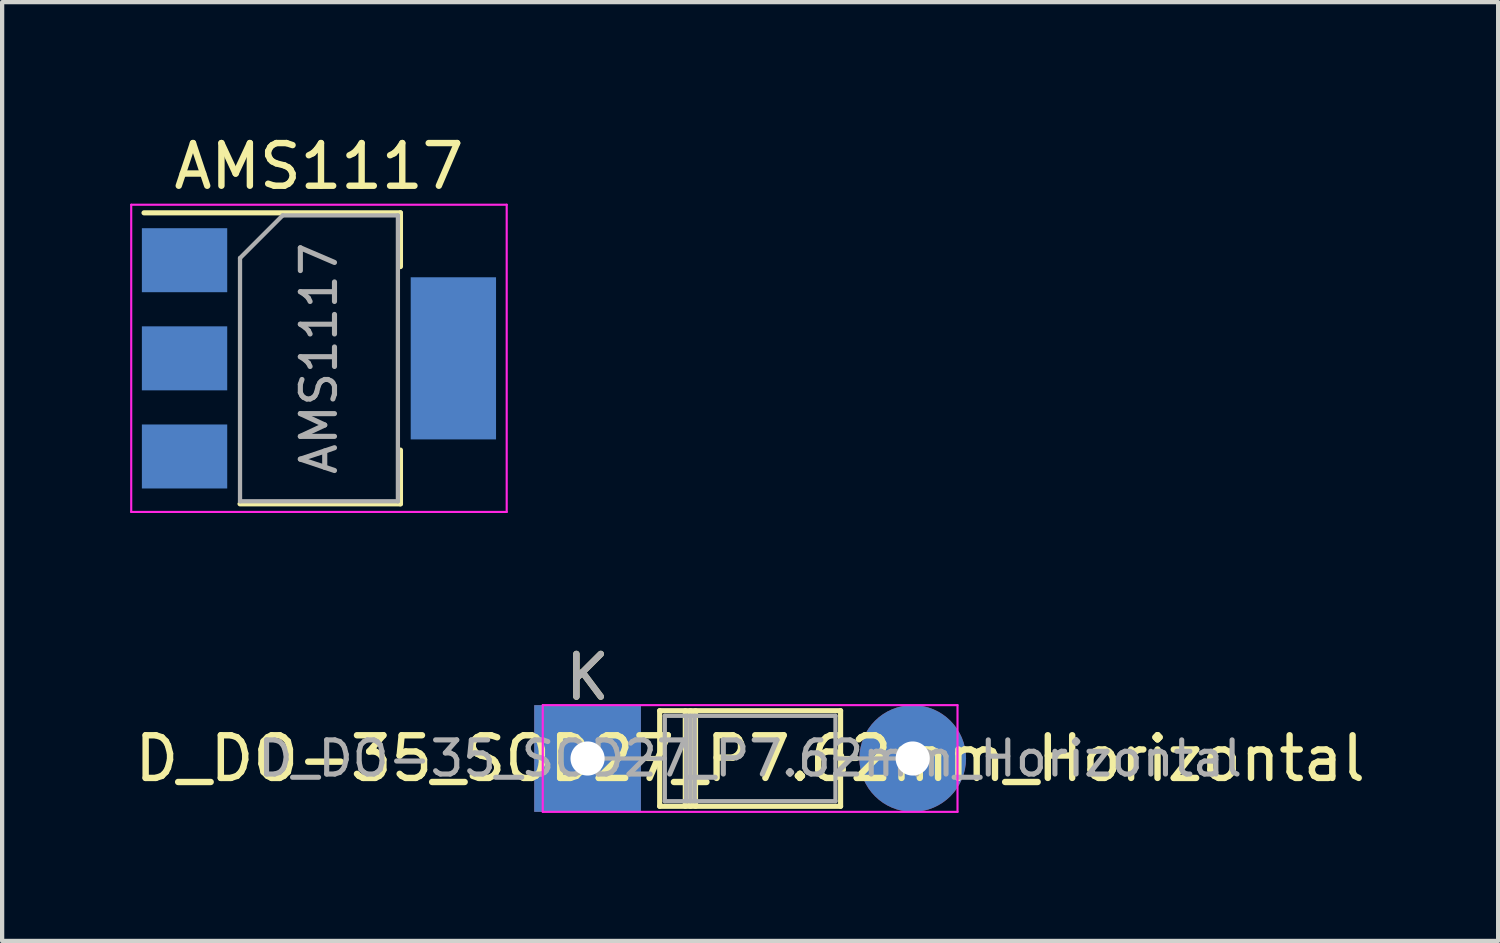
<source format=kicad_pcb>
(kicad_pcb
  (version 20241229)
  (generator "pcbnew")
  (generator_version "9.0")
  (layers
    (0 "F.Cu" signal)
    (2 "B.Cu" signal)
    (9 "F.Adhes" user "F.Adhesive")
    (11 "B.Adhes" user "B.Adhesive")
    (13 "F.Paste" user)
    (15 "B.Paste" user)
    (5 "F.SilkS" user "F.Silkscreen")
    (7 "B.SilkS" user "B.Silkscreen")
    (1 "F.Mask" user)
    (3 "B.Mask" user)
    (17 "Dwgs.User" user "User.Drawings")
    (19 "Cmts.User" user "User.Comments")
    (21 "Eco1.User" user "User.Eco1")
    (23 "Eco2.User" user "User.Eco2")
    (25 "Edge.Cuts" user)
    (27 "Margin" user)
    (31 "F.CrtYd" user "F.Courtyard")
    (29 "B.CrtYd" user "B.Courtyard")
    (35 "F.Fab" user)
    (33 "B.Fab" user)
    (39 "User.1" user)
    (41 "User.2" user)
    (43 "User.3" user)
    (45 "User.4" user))
  (footprint "D_DO-35_SOD27_P7.62mm_Horizontal"
    (layer "F.Cu")
    (at 10.72 14.726)
    (property "Reference" "D_DO-35_SOD27_P7.62mm_Horizontal" (at 3.81 0 0) (layer "F.SilkS") (effects (font (size 1 1) (thickness 0.15))))
    (attr through_hole)
    (fp_line (start 1.4 0) (end 1.69 0) (stroke (width 0.12) (type solid)) (layer "F.SilkS"))
    (fp_line (start 1.69 -1.12) (end 1.69 1.12) (stroke (width 0.12) (type solid)) (layer "F.SilkS"))
    (fp_line (start 1.69 1.12) (end 5.93 1.12) (stroke (width 0.12) (type solid)) (layer "F.SilkS"))
    (fp_line (start 2.29 -1.12) (end 2.29 1.12) (stroke (width 0.12) (type solid)) (layer "F.SilkS"))
    (fp_line (start 2.41 -1.12) (end 2.41 1.12) (stroke (width 0.12) (type solid)) (layer "F.SilkS"))
    (fp_line (start 2.53 -1.12) (end 2.53 1.12) (stroke (width 0.12) (type solid)) (layer "F.SilkS"))
    (fp_line (start 5.93 -1.12) (end 1.69 -1.12) (stroke (width 0.12) (type solid)) (layer "F.SilkS"))
    (fp_line (start 5.93 1.12) (end 5.93 -1.12) (stroke (width 0.12) (type solid)) (layer "F.SilkS"))
    (fp_line (start 6.3 0) (end 5.93 0) (stroke (width 0.12) (type solid)) (layer "F.SilkS"))
    (fp_line (start -1.05 -1.25) (end -1.05 1.25) (stroke (width 0.05) (type solid)) (layer "F.CrtYd"))
    (fp_line (start -1.05 1.25) (end 8.67 1.25) (stroke (width 0.05) (type solid)) (layer "F.CrtYd"))
    (fp_line (start 8.67 -1.25) (end -1.05 -1.25) (stroke (width 0.05) (type solid)) (layer "F.CrtYd"))
    (fp_line (start 8.67 1.25) (end 8.67 -1.25) (stroke (width 0.05) (type solid)) (layer "F.CrtYd"))
    (fp_line (start 0 0) (end 1.81 0) (stroke (width 0.1) (type solid)) (layer "F.Fab"))
    (fp_line (start 1.81 -1) (end 1.81 1) (stroke (width 0.1) (type solid)) (layer "F.Fab"))
    (fp_line (start 1.81 1) (end 5.81 1) (stroke (width 0.1) (type solid)) (layer "F.Fab"))
    (fp_line (start 2.31 -1) (end 2.31 1) (stroke (width 0.1) (type solid)) (layer "F.Fab"))
    (fp_line (start 2.41 -1) (end 2.41 1) (stroke (width 0.1) (type solid)) (layer "F.Fab"))
    (fp_line (start 2.51 -1) (end 2.51 1) (stroke (width 0.1) (type solid)) (layer "F.Fab"))
    (fp_line (start 5.81 -1) (end 1.81 -1) (stroke (width 0.1) (type solid)) (layer "F.Fab"))
    (fp_line (start 5.81 1) (end 5.81 -1) (stroke (width 0.1) (type solid)) (layer "F.Fab"))
    (fp_line (start 7.62 0) (end 5.81 0) (stroke (width 0.1) (type solid)) (layer "F.Fab"))
    (fp_text user "K" (at 0 -1.905 0) (layer "F.SilkS") (effects (font (size 1 1) (thickness 0.15))))
    (fp_text user "${REFERENCE}" (at 3.81 0 0) (layer "F.Fab") (effects (font (size 0.8 0.8) (thickness 0.12))))
    (fp_text user "K" (at 0 -1.905 0) (layer "F.Fab") (effects (font (size 1 1) (thickness 0.15))))
    (pad "1" thru_hole rect (at 0 0) (size 2.5 2.5) (drill 0.8) (layers "*.Cu" "*.Mask"))
    (pad "2" thru_hole circle (at 7.62 0) (size 2.5 2.5) (drill 0.8) (layers "*.Cu" "*.Mask")))
  (footprint "AMS1117"
    (layer "F.Cu")
    (at 4.425 5.348)
    (property "Reference" "AMS1117" (at 0 -4.5 0) (layer "F.SilkS") (effects (font (size 1 1) (thickness 0.15))))
    (attr smd)
    (fp_line (start -4.1 -3.41) (end 1.91 -3.41) (stroke (width 0.12) (type solid)) (layer "F.SilkS"))
    (fp_line (start -1.85 3.41) (end 1.91 3.41) (stroke (width 0.12) (type solid)) (layer "F.SilkS"))
    (fp_line (start 1.91 -3.41) (end 1.91 -2.15) (stroke (width 0.12) (type solid)) (layer "F.SilkS"))
    (fp_line (start 1.91 3.41) (end 1.91 2.15) (stroke (width 0.12) (type solid)) (layer "F.SilkS"))
    (fp_line (start -4.4 -3.6) (end -4.4 3.6) (stroke (width 0.05) (type solid)) (layer "F.CrtYd"))
    (fp_line (start -4.4 3.6) (end 4.4 3.6) (stroke (width 0.05) (type solid)) (layer "F.CrtYd"))
    (fp_line (start 4.4 -3.6) (end -4.4 -3.6) (stroke (width 0.05) (type solid)) (layer "F.CrtYd"))
    (fp_line (start 4.4 3.6) (end 4.4 -3.6) (stroke (width 0.05) (type solid)) (layer "F.CrtYd"))
    (fp_line (start -1.85 -2.35) (end -1.85 3.35) (stroke (width 0.1) (type solid)) (layer "F.Fab"))
    (fp_line (start -1.85 -2.35) (end -0.85 -3.35) (stroke (width 0.1) (type solid)) (layer "F.Fab"))
    (fp_line (start -1.85 3.35) (end 1.85 3.35) (stroke (width 0.1) (type solid)) (layer "F.Fab"))
    (fp_line (start -0.85 -3.35) (end 1.85 -3.35) (stroke (width 0.1) (type solid)) (layer "F.Fab"))
    (fp_line (start 1.85 -3.35) (end 1.85 3.35) (stroke (width 0.1) (type solid)) (layer "F.Fab"))
    (fp_text user "${REFERENCE}" (at 0 0 90) (layer "F.Fab") (effects (font (size 0.8 0.8) (thickness 0.12))))
    (pad "1" smd rect (at -3.15 2.3) (size 2 1.5) (layers "F.Mask" "B.Cu" "F.Paste"))
    (pad "2" smd rect (at -3.15 0) (size 2 1.5) (layers "F.Mask" "B.Cu" "F.Paste"))
    (pad "2" smd rect (at 3.15 0) (size 2 3.8) (layers "F.Mask" "B.Cu" "F.Paste"))
    (pad "3" smd rect (at -3.15 -2.3) (size 2 1.5) (layers "F.Mask" "B.Cu" "F.Paste")))
  (gr_rect
    (start -3 -3)
    (end 32.06 19.002)
    (stroke (width 0.1) (type default))
    (fill no)
    (layer "Edge.Cuts")))
</source>
